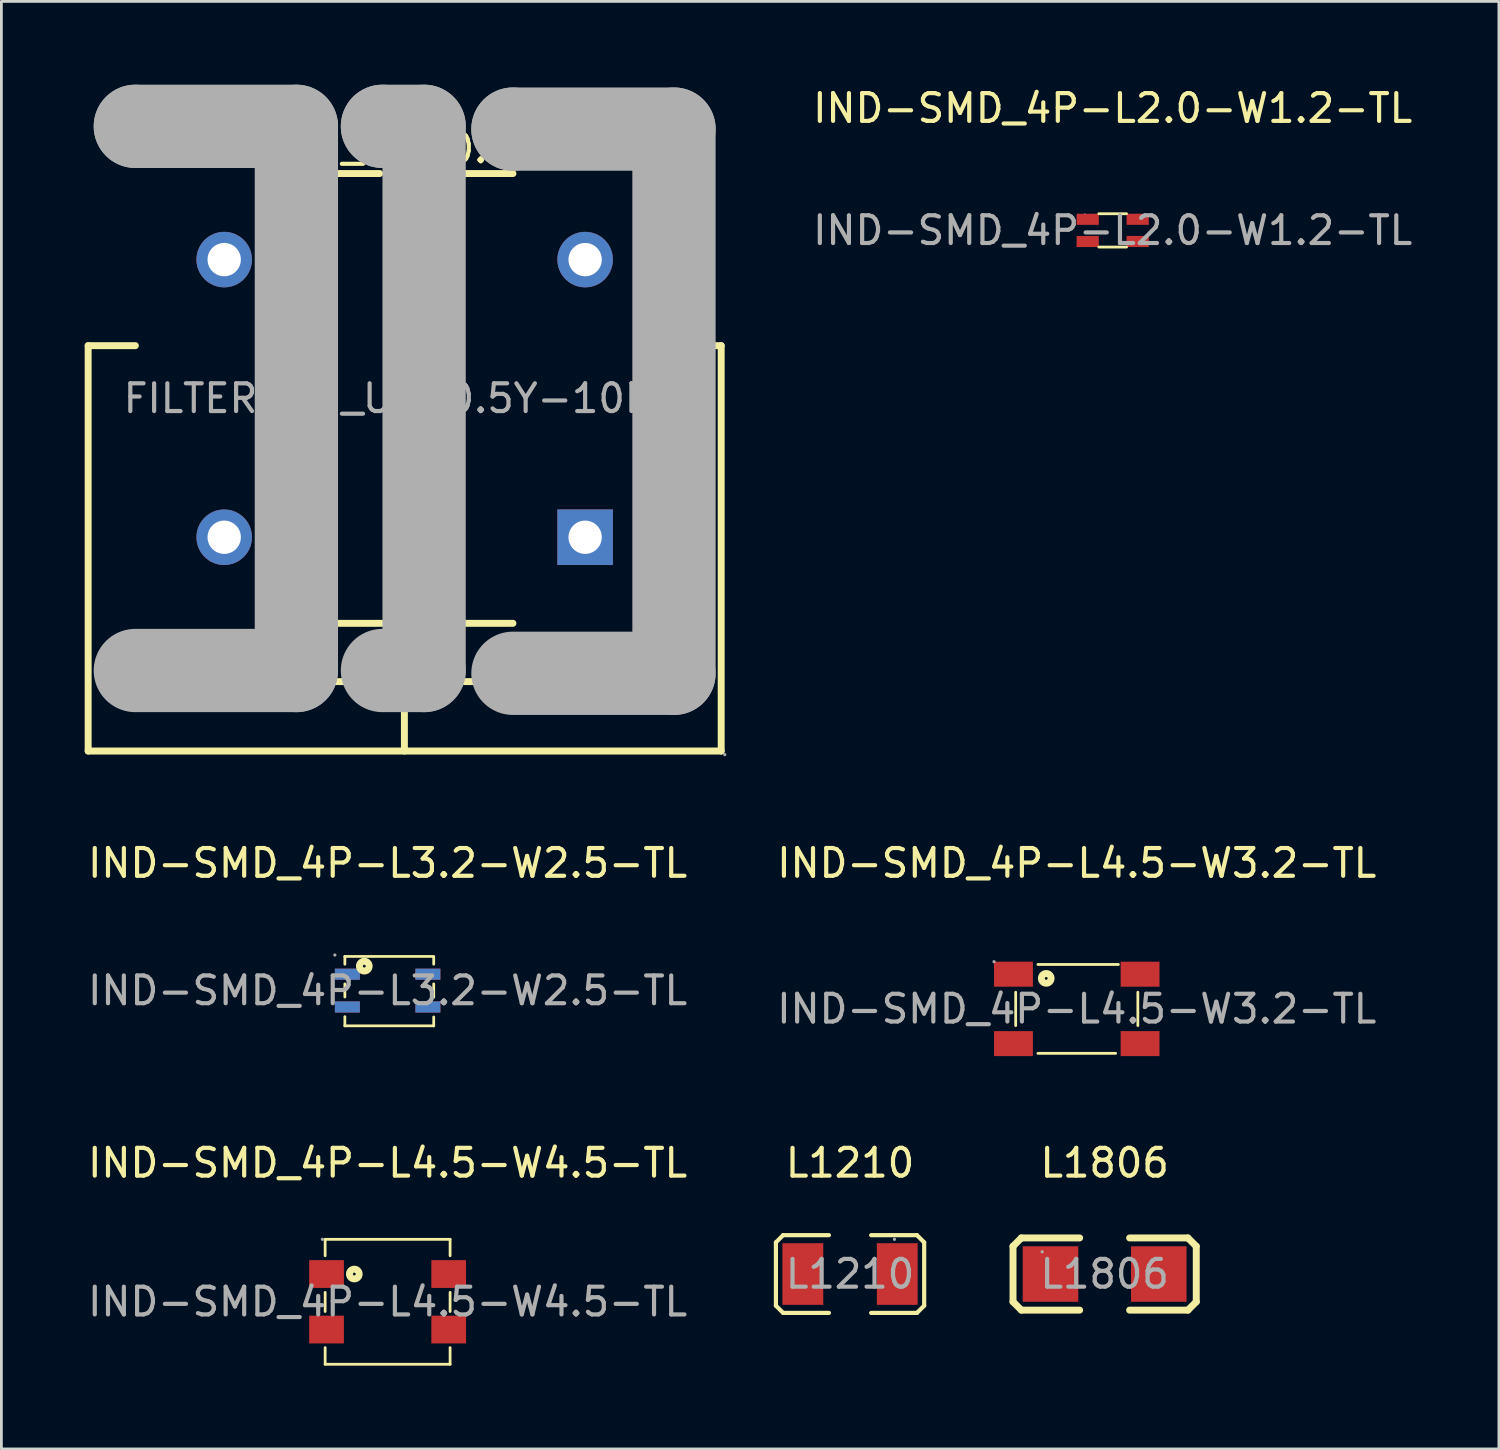
<source format=kicad_pcb>
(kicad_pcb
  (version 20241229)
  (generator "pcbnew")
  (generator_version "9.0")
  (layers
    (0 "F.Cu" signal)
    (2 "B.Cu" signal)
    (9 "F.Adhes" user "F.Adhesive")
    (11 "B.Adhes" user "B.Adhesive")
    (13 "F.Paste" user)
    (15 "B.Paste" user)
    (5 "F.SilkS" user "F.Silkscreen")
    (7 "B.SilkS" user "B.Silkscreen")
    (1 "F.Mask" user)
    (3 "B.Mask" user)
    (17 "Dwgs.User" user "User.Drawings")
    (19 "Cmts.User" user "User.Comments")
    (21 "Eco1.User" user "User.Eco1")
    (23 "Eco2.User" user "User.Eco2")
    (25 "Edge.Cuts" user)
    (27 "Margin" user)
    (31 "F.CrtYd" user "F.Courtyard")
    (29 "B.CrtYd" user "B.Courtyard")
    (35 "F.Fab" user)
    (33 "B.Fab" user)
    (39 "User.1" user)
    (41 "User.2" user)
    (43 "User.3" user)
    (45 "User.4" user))
  (footprint "L1806"
    (layer "F.Cu")
    (at 36.736 42.837)
    (property "Reference" "L1806" (at 0 -4 0) (layer "F.SilkS") (effects (font (size 1 1) (thickness 0.15))))
    (attr through_hole)
    (fp_line (start -3.3 -1) (end -3.3 1) (stroke (width 0.25) (type solid)) (layer "F.SilkS"))
    (fp_line (start -3.3 -1) (end -3 -1.3) (stroke (width 0.25) (type solid)) (layer "F.SilkS"))
    (fp_line (start -3 -1.3) (end -0.9 -1.3) (stroke (width 0.25) (type solid)) (layer "F.SilkS"))
    (fp_line (start -3 1.3) (end -3.3 1) (stroke (width 0.25) (type solid)) (layer "F.SilkS"))
    (fp_line (start -3 1.3) (end -0.9 1.3) (stroke (width 0.25) (type solid)) (layer "F.SilkS"))
    (fp_line (start 0.9 -1.3) (end 3 -1.3) (stroke (width 0.25) (type solid)) (layer "F.SilkS"))
    (fp_line (start 0.9 1.3) (end 3 1.3) (stroke (width 0.25) (type solid)) (layer "F.SilkS"))
    (fp_line (start 3 -1.3) (end 3.3 -1) (stroke (width 0.25) (type solid)) (layer "F.SilkS"))
    (fp_line (start 3 1.3) (end 3.3 1) (stroke (width 0.25) (type solid)) (layer "F.SilkS"))
    (fp_line (start 3.3 -1) (end 3.3 1) (stroke (width 0.25) (type solid)) (layer "F.SilkS"))
    (fp_circle (center -2.25 -0.8) (end -2.22 -0.8) (stroke (width 0.06) (type solid)) (fill no) (layer "F.Fab"))
    (fp_text user "${REFERENCE}" (at 0 0 0) (layer "F.Fab") (effects (font (size 1 1) (thickness 0.15))))
    (pad "1" smd rect (at -1.95 0) (size 2 2) (layers "F.Cu" "F.Mask" "F.Paste"))
    (pad "2" smd rect (at 1.95 0) (size 2 2) (layers "F.Cu" "F.Mask" "F.Paste")))
  (footprint "IND-SMD_4P-L4.5-W3.2-TL"
    (layer "F.Cu")
    (at 35.732 33.288)
    (property "Reference" "IND-SMD_4P-L4.5-W3.2-TL" (at 0 -5.25 0) (layer "F.SilkS") (effects (font (size 1 1) (thickness 0.15))))
    (attr through_hole)
    (fp_line (start -2.2 -0.6) (end -2.2 0.6) (stroke (width 0.1) (type solid)) (layer "F.SilkS"))
    (fp_line (start -1.4 -1.6) (end 1.5 -1.6) (stroke (width 0.1) (type solid)) (layer "F.SilkS"))
    (fp_line (start -1.4 1.6) (end 1.4 1.6) (stroke (width 0.1) (type solid)) (layer "F.SilkS"))
    (fp_line (start 2.2 -0.6) (end 2.2 0.6) (stroke (width 0.1) (type solid)) (layer "F.SilkS"))
    (fp_circle (center -1.1 -1.1) (end -1.05 -1.1) (stroke (width 0.25) (type solid)) (fill no) (layer "F.SilkS"))
    (fp_circle (center -2.98 -1.7) (end -2.95 -1.7) (stroke (width 0.06) (type solid)) (fill no) (layer "F.Fab"))
    (fp_text user "${REFERENCE}" (at 0 0 0) (layer "F.Fab") (effects (font (size 1 1) (thickness 0.15))))
    (pad "1" smd rect (at -2.28 -1.25 90) (size 0.9 1.4) (layers "F.Cu" "F.Mask" "F.Paste"))
    (pad "2" smd rect (at -2.28 1.25 90) (size 0.9 1.4) (layers "F.Cu" "F.Mask" "F.Paste"))
    (pad "3" smd rect (at 2.28 1.25 90) (size 0.9 1.4) (layers "F.Cu" "F.Mask" "F.Paste"))
    (pad "4" smd rect (at 2.28 -1.25 90) (size 0.9 1.4) (layers "F.Cu" "F.Mask" "F.Paste")))
  (footprint "IND-SMD_4P-L3.2-W2.5-TL"
    (layer "F.Cu")
    (at 10.911 32.628)
    (property "Reference" "IND-SMD_4P-L3.2-W2.5-TL" (at 0 -4.59 0) (layer "F.SilkS") (effects (font (size 1 1) (thickness 0.15))))
    (attr through_hole)
    (fp_line (start -1.54 -1.23) (end -1.54 -0.95) (stroke (width 0.1) (type solid)) (layer "F.SilkS"))
    (fp_line (start -1.54 -0.24) (end -1.54 0.23) (stroke (width 0.1) (type solid)) (layer "F.SilkS"))
    (fp_line (start -1.54 0.94) (end -1.54 1.27) (stroke (width 0.1) (type solid)) (layer "F.SilkS"))
    (fp_line (start -1.54 1.27) (end 1.66 1.27) (stroke (width 0.1) (type solid)) (layer "F.SilkS"))
    (fp_line (start 1.66 -1.23) (end -1.54 -1.23) (stroke (width 0.1) (type solid)) (layer "F.SilkS"))
    (fp_line (start 1.66 -0.95) (end 1.66 -1.2) (stroke (width 0.1) (type solid)) (layer "F.SilkS"))
    (fp_line (start 1.66 0.24) (end 1.66 -0.24) (stroke (width 0.1) (type solid)) (layer "F.SilkS"))
    (fp_line (start 1.66 1.27) (end 1.66 0.95) (stroke (width 0.1) (type solid)) (layer "F.SilkS"))
    (fp_circle (center -0.84 -0.88) (end -0.79 -0.88) (stroke (width 0.25) (type solid)) (fill no) (layer "F.SilkS"))
    (fp_circle (center -1.9 -1.28) (end -1.87 -1.28) (stroke (width 0.06) (type solid)) (fill no) (layer "F.Fab"))
    (fp_text user "${REFERENCE}" (at 0 0 0) (layer "F.Fab") (effects (font (size 1 1) (thickness 0.15))))
    (pad "1" thru_hole rect (at -1.45 -0.59 90) (size 0.4 0.9) (drill 0.001) (layers "F.Cu" "F.Mask" "F.Paste"))
    (pad "2" thru_hole rect (at -1.45 0.59 90) (size 0.4 0.9) (drill 0.001) (layers "F.Cu" "F.Mask" "F.Paste"))
    (pad "3" thru_hole rect (at 1.45 0.59 90) (size 0.4 0.9) (drill 0.001) (layers "F.Cu" "F.Mask" "F.Paste"))
    (pad "4" thru_hole rect (at 1.45 -0.59 90) (size 0.4 0.9) (drill 0.001) (layers "F.Cu" "F.Mask" "F.Paste")))
  (footprint "IND-SMD_4P-L4.5-W4.5-TL"
    (layer "F.Cu")
    (at 10.911 43.837)
    (property "Reference" "IND-SMD_4P-L4.5-W4.5-TL" (at 0 -5 0) (layer "F.SilkS") (effects (font (size 1 1) (thickness 0.15))))
    (attr through_hole)
    (fp_line (start -2.25 -2.25) (end -2.25 -1.66) (stroke (width 0.1) (type solid)) (layer "F.SilkS"))
    (fp_line (start -2.25 -0.34) (end -2.25 0.35) (stroke (width 0.1) (type solid)) (layer "F.SilkS"))
    (fp_line (start -2.25 1.65) (end -2.25 2.25) (stroke (width 0.1) (type solid)) (layer "F.SilkS"))
    (fp_line (start -2.25 2.25) (end 2.25 2.25) (stroke (width 0.1) (type solid)) (layer "F.SilkS"))
    (fp_line (start 2.25 -2.25) (end -2.25 -2.25) (stroke (width 0.1) (type solid)) (layer "F.SilkS"))
    (fp_line (start 2.25 -1.66) (end 2.25 -2.25) (stroke (width 0.1) (type solid)) (layer "F.SilkS"))
    (fp_line (start 2.25 0.35) (end 2.25 -0.34) (stroke (width 0.1) (type solid)) (layer "F.SilkS"))
    (fp_line (start 2.25 2.25) (end 2.25 1.65) (stroke (width 0.1) (type solid)) (layer "F.SilkS"))
    (fp_circle (center -1.2 -1) (end -1.15 -1) (stroke (width 0.25) (type solid)) (fill no) (layer "F.SilkS"))
    (fp_circle (center -2.35 -2.25) (end -2.32 -2.25) (stroke (width 0.06) (type solid)) (fill no) (layer "F.Fab"))
    (fp_text user "${REFERENCE}" (at 0 0 0) (layer "F.Fab") (effects (font (size 1 1) (thickness 0.15))))
    (pad "1" smd rect (at -2.2 -1 90) (size 1 1.25) (layers "F.Cu" "F.Mask" "F.Paste"))
    (pad "2" smd rect (at -2.2 1 90) (size 1 1.25) (layers "F.Cu" "F.Mask" "F.Paste"))
    (pad "3" smd rect (at 2.2 1 90) (size 1 1.25) (layers "F.Cu" "F.Mask" "F.Paste"))
    (pad "4" smd rect (at 2.2 -1 90) (size 1 1.25) (layers "F.Cu" "F.Mask" "F.Paste")))
  (footprint "L1210"
    (layer "F.Cu")
    (at 27.566 42.837)
    (property "Reference" "L1210" (at 0 -4 0) (layer "F.SilkS") (effects (font (size 1 1) (thickness 0.15))))
    (attr through_hole)
    (fp_line (start -2.67 -1.14) (end -2.41 -1.4) (stroke (width 0.15) (type solid)) (layer "F.SilkS"))
    (fp_line (start -2.67 1.14) (end -2.67 -1.14) (stroke (width 0.15) (type solid)) (layer "F.SilkS"))
    (fp_line (start -2.41 -1.4) (end -0.76 -1.4) (stroke (width 0.15) (type solid)) (layer "F.SilkS"))
    (fp_line (start -2.41 1.4) (end -2.67 1.14) (stroke (width 0.15) (type solid)) (layer "F.SilkS"))
    (fp_line (start -0.76 1.4) (end -2.41 1.4) (stroke (width 0.15) (type solid)) (layer "F.SilkS"))
    (fp_line (start 0.76 -1.4) (end 2.41 -1.4) (stroke (width 0.15) (type solid)) (layer "F.SilkS"))
    (fp_line (start 2.41 -1.4) (end 2.67 -1.14) (stroke (width 0.15) (type solid)) (layer "F.SilkS"))
    (fp_line (start 2.41 1.4) (end 0.76 1.4) (stroke (width 0.15) (type solid)) (layer "F.SilkS"))
    (fp_line (start 2.67 -1.14) (end 2.67 1.14) (stroke (width 0.15) (type solid)) (layer "F.SilkS"))
    (fp_line (start 2.67 1.14) (end 2.41 1.4) (stroke (width 0.15) (type solid)) (layer "F.SilkS"))
    (fp_circle (center 1.6 -1.25) (end 1.63 -1.25) (stroke (width 0.06) (type solid)) (fill no) (layer "F.Fab"))
    (fp_text user "${REFERENCE}" (at 0 0 0) (layer "F.Fab") (effects (font (size 1 1) (thickness 0.15))))
    (pad "1" smd rect (at 1.7 0) (size 1.47 2.22) (layers "F.Cu" "F.Mask" "F.Paste"))
    (pad "2" smd rect (at -1.7 0) (size 1.47 2.22) (layers "F.Cu" "F.Mask" "F.Paste")))
  (footprint "FILTER-TH_UU10.5Y-10MH"
    (layer "F.Cu")
    (at 11.525 11.3)
    (property "Reference" "FILTER-TH_UU10.5Y-10MH" (at 0 -9 0) (layer "F.SilkS") (effects (font (size 1 1) (thickness 0.15))))
    (attr through_hole)
    (fp_line (start -11.4 -1.9) (end -11.4 12.7) (stroke (width 0.25) (type solid)) (layer "F.SilkS"))
    (fp_line (start -11.4 12.7) (end 11.4 12.7) (stroke (width 0.25) (type solid)) (layer "F.SilkS"))
    (fp_line (start -9.7 -1.9) (end -11.4 -1.9) (stroke (width 0.25) (type solid)) (layer "F.SilkS"))
    (fp_line (start -9.7 9.8) (end -9.7 10.2) (stroke (width 0.25) (type solid)) (layer "F.SilkS"))
    (fp_line (start -9.7 10.2) (end 9.7 10.2) (stroke (width 0.25) (type solid)) (layer "F.SilkS"))
    (fp_line (start -3.9 -8.1) (end -0.9 -8.1) (stroke (width 0.25) (type solid)) (layer "F.SilkS"))
    (fp_line (start -3.9 8.1) (end -0.8 8.1) (stroke (width 0.25) (type solid)) (layer "F.SilkS"))
    (fp_line (start -0.01 10.2) (end -0.01 12.7) (stroke (width 0.25) (type solid)) (layer "F.SilkS"))
    (fp_line (start 0.7 -8.1) (end 3.9 -8.1) (stroke (width 0.25) (type solid)) (layer "F.SilkS"))
    (fp_line (start 0.7 8.1) (end 3.9 8.1) (stroke (width 0.25) (type solid)) (layer "F.SilkS"))
    (fp_line (start 9.7 10.2) (end 9.7 9.9) (stroke (width 0.25) (type solid)) (layer "F.SilkS"))
    (fp_line (start 11.4 -1.9) (end 9.7 -1.9) (stroke (width 0.25) (type solid)) (layer "F.SilkS"))
    (fp_line (start 11.4 12.7) (end 11.4 -1.9) (stroke (width 0.25) (type solid)) (layer "F.SilkS"))
    (fp_line (start -9.7 -9.8) (end -9.7 -9.8) (stroke (width 3) (type solid)) (layer "F.Fab"))
    (fp_line (start -9.7 -9.8) (end -3.9 -9.8) (stroke (width 3) (type solid)) (layer "F.Fab"))
    (fp_line (start -3.9 -9.8) (end -3.9 9.8) (stroke (width 3) (type solid)) (layer "F.Fab"))
    (fp_line (start -3.9 9.8) (end -9.7 9.8) (stroke (width 3) (type solid)) (layer "F.Fab"))
    (fp_line (start -0.8 -9.8) (end -0.8 -9.8) (stroke (width 3) (type solid)) (layer "F.Fab"))
    (fp_line (start -0.8 -9.8) (end 0.7 -9.8) (stroke (width 3) (type solid)) (layer "F.Fab"))
    (fp_line (start 0.7 -9.8) (end 0.7 9.8) (stroke (width 3) (type solid)) (layer "F.Fab"))
    (fp_line (start 0.7 9.8) (end -0.8 9.8) (stroke (width 3) (type solid)) (layer "F.Fab"))
    (fp_line (start 3.9 -9.7) (end 3.9 -9.7) (stroke (width 3) (type solid)) (layer "F.Fab"))
    (fp_line (start 3.9 -9.7) (end 9.7 -9.7) (stroke (width 3) (type solid)) (layer "F.Fab"))
    (fp_line (start 9.7 -9.7) (end 9.7 9.9) (stroke (width 3) (type solid)) (layer "F.Fab"))
    (fp_line (start 9.7 9.9) (end 3.9 9.9) (stroke (width 3) (type solid)) (layer "F.Fab"))
    (fp_circle (center -6.5 -5) (end -6.25 -5) (stroke (width 0.5) (type solid)) (fill no) (layer "F.Fab"))
    (fp_circle (center -6.5 5) (end -6.25 5) (stroke (width 0.5) (type solid)) (fill no) (layer "F.Fab"))
    (fp_circle (center 6.5 -5) (end 6.75 -5) (stroke (width 0.5) (type solid)) (fill no) (layer "F.Fab"))
    (fp_circle (center 6.5 5) (end 6.75 5) (stroke (width 0.5) (type solid)) (fill no) (layer "F.Fab"))
    (fp_circle (center 11.53 12.83) (end 11.56 12.83) (stroke (width 0.06) (type solid)) (fill no) (layer "F.Fab"))
    (fp_text user "${REFERENCE}" (at 0 0 0) (layer "F.Fab") (effects (font (size 1 1) (thickness 0.15))))
    (pad "1" thru_hole rect (at 6.5 5 180) (size 2 2) (drill 1.2) (layers "*.Cu" "*.Paste" "*.Mask"))
    (pad "2" thru_hole circle (at 6.5 -5 180) (size 2 2) (drill 1.2) (layers "*.Cu" "*.Paste" "*.Mask"))
    (pad "3" thru_hole circle (at -6.5 -5 180) (size 2 2) (drill 1.2) (layers "*.Cu" "*.Paste" "*.Mask"))
    (pad "4" thru_hole circle (at -6.5 5 180) (size 2 2) (drill 1.2) (layers "*.Cu" "*.Paste" "*.Mask")))
  (footprint "IND-SMD_4P-L2.0-W1.2-TL"
    (layer "F.Cu")
    (at 37.026 5.248)
    (property "Reference" "IND-SMD_4P-L2.0-W1.2-TL" (at 0 -4.4 0) (layer "F.SilkS") (effects (font (size 1 1) (thickness 0.15))))
    (attr through_hole)
    (fp_line (start -0.5 -0.6) (end 0.5 -0.6) (stroke (width 0.1) (type solid)) (layer "F.SilkS"))
    (fp_line (start -0.5 0.6) (end 0.5 0.6) (stroke (width 0.1) (type solid)) (layer "F.SilkS"))
    (fp_circle (center -1 -0.6) (end -0.99 -0.6) (stroke (width 0.02) (type solid)) (fill no) (layer "F.Fab"))
    (fp_text user "${REFERENCE}" (at 0 0 0) (layer "F.Fab") (effects (font (size 1 1) (thickness 0.15))))
    (pad "1" smd rect (at -0.9 -0.4 90) (size 0.4 0.8) (layers "F.Cu" "F.Mask" "F.Paste"))
    (pad "2" smd rect (at -0.9 0.4 90) (size 0.4 0.8) (layers "F.Cu" "F.Mask" "F.Paste"))
    (pad "3" smd rect (at 0.9 0.4 90) (size 0.4 0.8) (layers "F.Cu" "F.Mask" "F.Paste"))
    (pad "4" smd rect (at 0.9 -0.4 90) (size 0.4 0.8) (layers "F.Cu" "F.Mask" "F.Paste")))
  (gr_rect
    (start -3 -3)
    (end 50.936 49.136)
    (stroke (width 0.1) (type default))
    (fill no)
    (layer "Edge.Cuts")))
</source>
